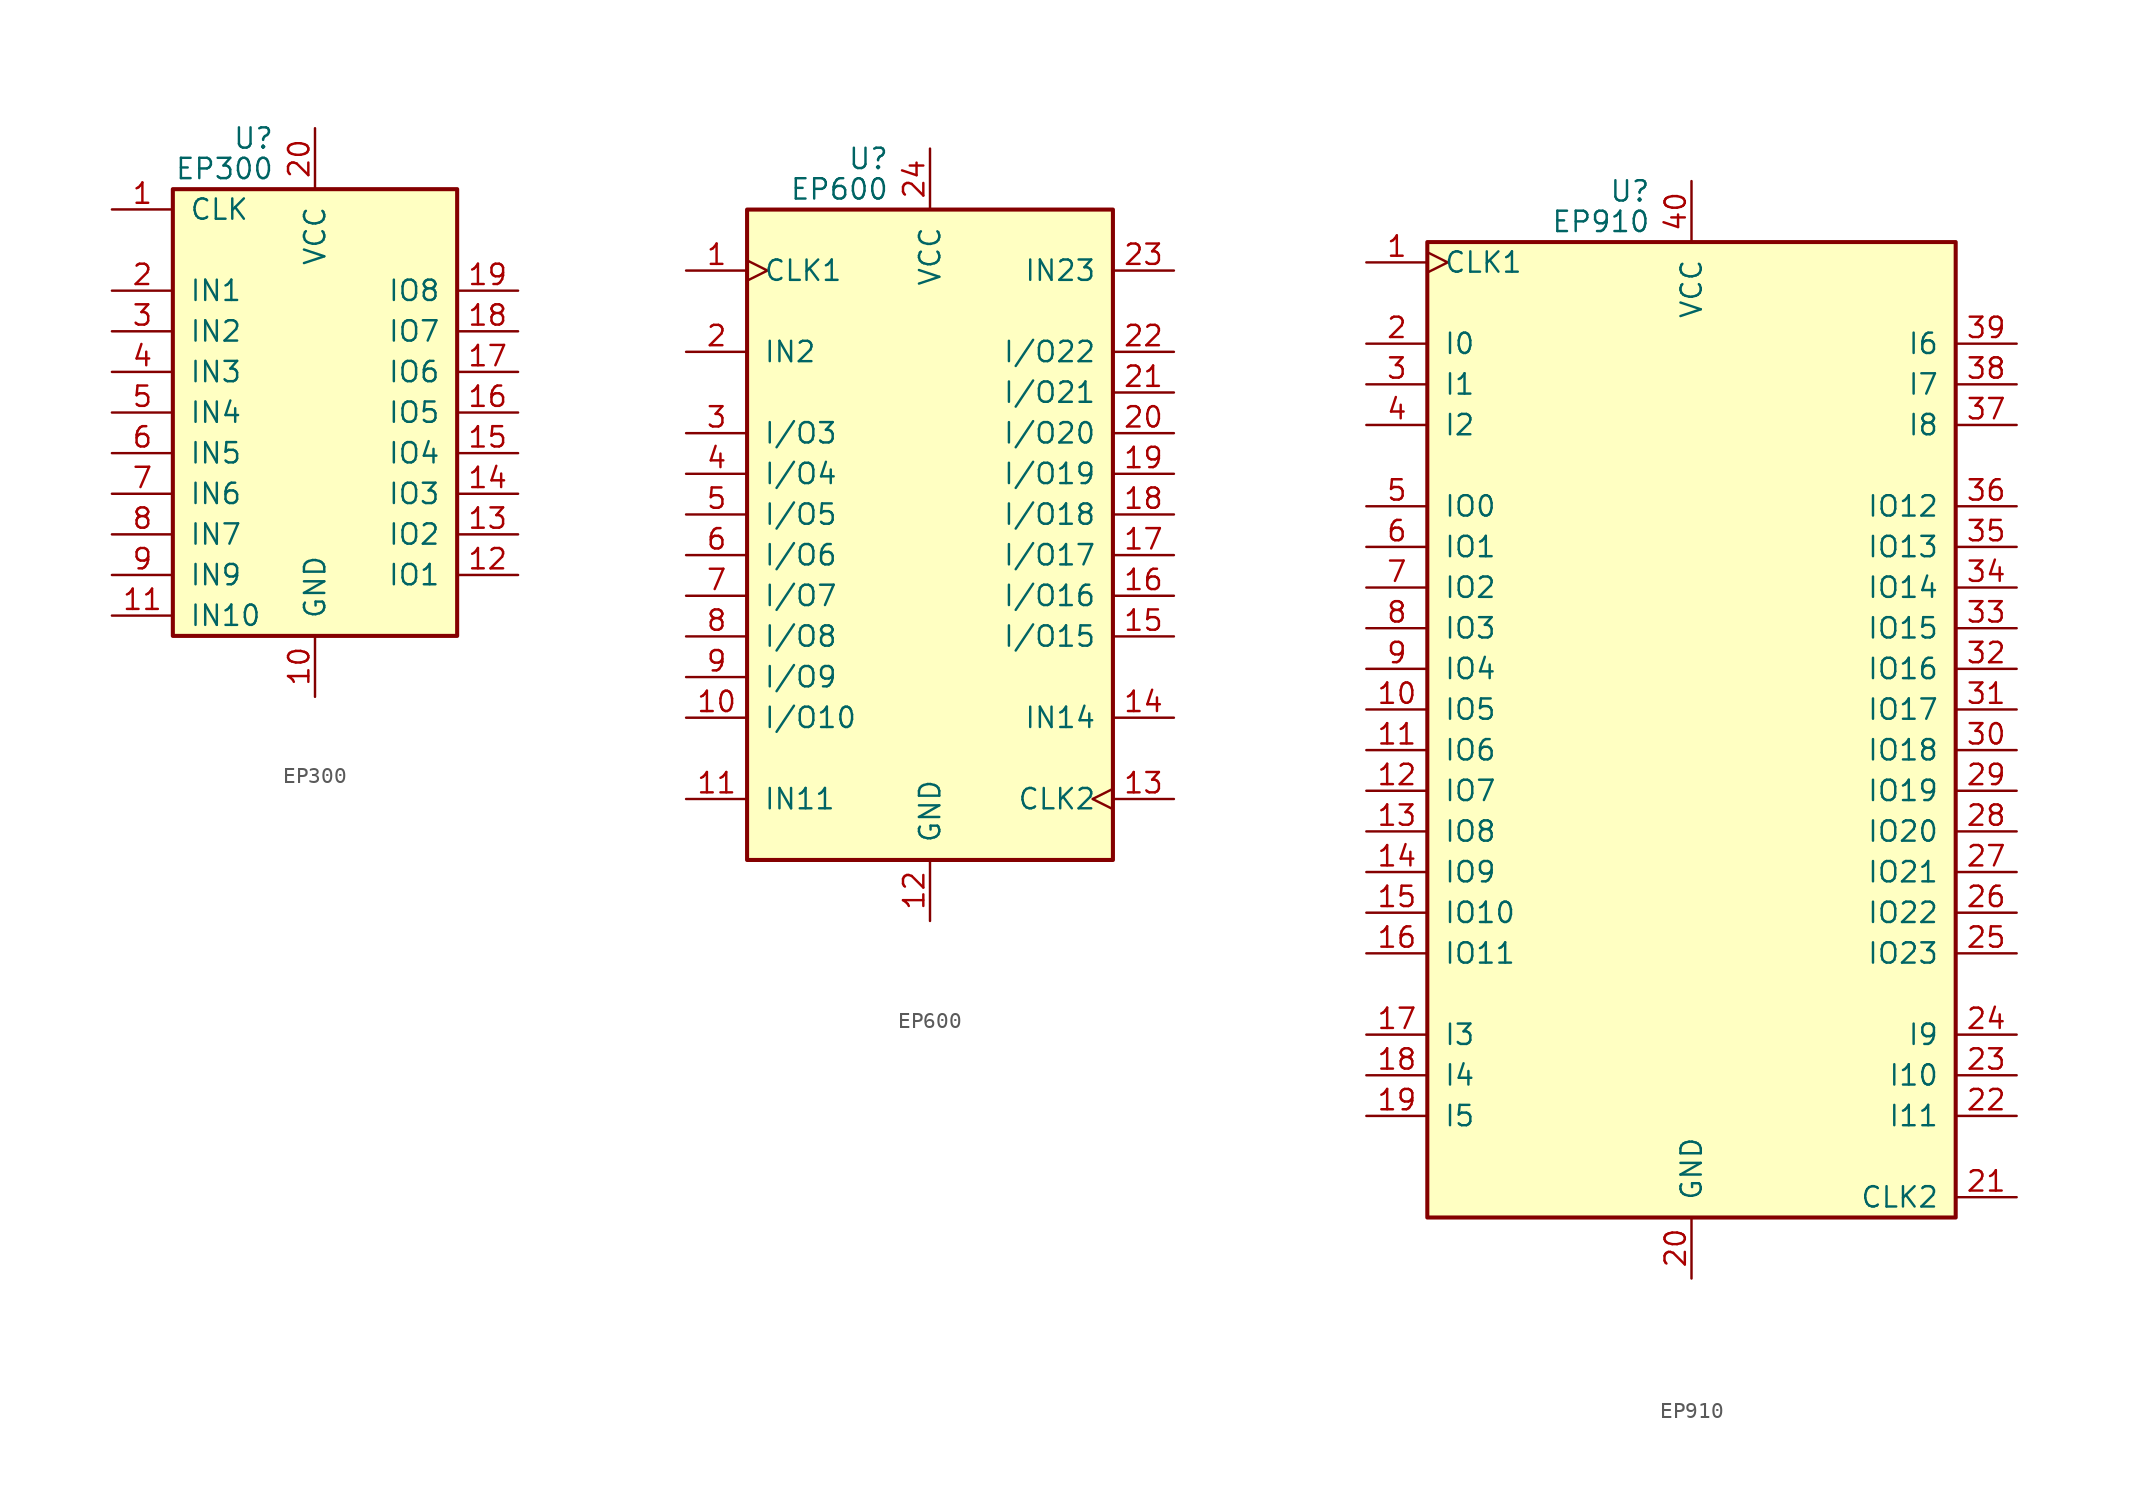
<source format=kicad_sym>
(kicad_symbol_lib
  (version 20231120)
  (generator "kicad_symbol_editor")
  (generator_version "8.0")
  (symbol "EP300"
    (pin_names
      (offset 1.016))
    (property "Reference" "U"
      (at -2.54 17.145 0)
      (effects (font (size 1.27 1.27)) (justify right)))
    (property "Value" "EP300"
      (at -2.54 15.24 0)
      (effects (font (size 1.27 1.27)) (justify right)))
    (symbol "EP300_0_1"
      (rectangle (start -8.89 -13.97) (end 8.89 13.97) (stroke (width 0.254) (type default)) (fill (type background))))
    (symbol "EP300_1_1"
      (pin input line (at -12.7 12.7 0) (length 3.81) (name "CLK" (effects (font (size 1.27 1.27)))) (number "1" (effects (font (size 1.27 1.27)))))
      (pin power_in line (at 0 -17.78 90) (length 3.81) (name "GND" (effects (font (size 1.27 1.27)))) (number "10" (effects (font (size 1.27 1.27)))))
      (pin input line (at -12.7 -12.7 0) (length 3.81) (name "IN10" (effects (font (size 1.27 1.27)))) (number "11" (effects (font (size 1.27 1.27)))))
      (pin input line (at 12.7 -10.16 180) (length 3.81) (name "IO1" (effects (font (size 1.27 1.27)))) (number "12" (effects (font (size 1.27 1.27)))))
      (pin input line (at 12.7 -7.62 180) (length 3.81) (name "IO2" (effects (font (size 1.27 1.27)))) (number "13" (effects (font (size 1.27 1.27)))))
      (pin input line (at 12.7 -5.08 180) (length 3.81) (name "IO3" (effects (font (size 1.27 1.27)))) (number "14" (effects (font (size 1.27 1.27)))))
      (pin input line (at 12.7 -2.54 180) (length 3.81) (name "IO4" (effects (font (size 1.27 1.27)))) (number "15" (effects (font (size 1.27 1.27)))))
      (pin input line (at 12.7 0 180) (length 3.81) (name "IO5" (effects (font (size 1.27 1.27)))) (number "16" (effects (font (size 1.27 1.27)))))
      (pin input line (at 12.7 2.54 180) (length 3.81) (name "IO6" (effects (font (size 1.27 1.27)))) (number "17" (effects (font (size 1.27 1.27)))))
      (pin input line (at 12.7 5.08 180) (length 3.81) (name "IO7" (effects (font (size 1.27 1.27)))) (number "18" (effects (font (size 1.27 1.27)))))
      (pin input line (at 12.7 7.62 180) (length 3.81) (name "IO8" (effects (font (size 1.27 1.27)))) (number "19" (effects (font (size 1.27 1.27)))))
      (pin input line (at -12.7 7.62 0) (length 3.81) (name "IN1" (effects (font (size 1.27 1.27)))) (number "2" (effects (font (size 1.27 1.27)))))
      (pin power_in line (at 0 17.78 270) (length 3.81) (name "VCC" (effects (font (size 1.27 1.27)))) (number "20" (effects (font (size 1.27 1.27)))))
      (pin input line (at -12.7 5.08 0) (length 3.81) (name "IN2" (effects (font (size 1.27 1.27)))) (number "3" (effects (font (size 1.27 1.27)))))
      (pin input line (at -12.7 2.54 0) (length 3.81) (name "IN3" (effects (font (size 1.27 1.27)))) (number "4" (effects (font (size 1.27 1.27)))))
      (pin input line (at -12.7 0 0) (length 3.81) (name "IN4" (effects (font (size 1.27 1.27)))) (number "5" (effects (font (size 1.27 1.27)))))
      (pin input line (at -12.7 -2.54 0) (length 3.81) (name "IN5" (effects (font (size 1.27 1.27)))) (number "6" (effects (font (size 1.27 1.27)))))
      (pin input line (at -12.7 -5.08 0) (length 3.81) (name "IN6" (effects (font (size 1.27 1.27)))) (number "7" (effects (font (size 1.27 1.27)))))
      (pin input line (at -12.7 -7.62 0) (length 3.81) (name "IN7" (effects (font (size 1.27 1.27)))) (number "8" (effects (font (size 1.27 1.27)))))
      (pin input line (at -12.7 -10.16 0) (length 3.81) (name "IN9" (effects (font (size 1.27 1.27)))) (number "9" (effects (font (size 1.27 1.27)))))))
  (symbol "EP600"
    (pin_names
      (offset 1.016))
    (property "Reference" "U"
      (at -2.54 24.765 0)
      (effects (font (size 1.27 1.27)) (justify right)))
    (property "Value" "EP600"
      (at -2.54 22.86 0)
      (effects (font (size 1.27 1.27)) (justify right)))
    (symbol "EP600_0_1"
      (rectangle (start -11.43 -19.05) (end 11.43 21.59) (stroke (width 0.254) (type default)) (fill (type background))))
    (symbol "EP600_1_1"
      (pin input clock (at -15.24 17.78 0) (length 3.81) (name "CLK1" (effects (font (size 1.27 1.27)))) (number "1" (effects (font (size 1.27 1.27)))))
      (pin passive line (at -15.24 -10.16 0) (length 3.81) (name "I/O10" (effects (font (size 1.27 1.27)))) (number "10" (effects (font (size 1.27 1.27)))))
      (pin input line (at -15.24 -15.24 0) (length 3.81) (name "IN11" (effects (font (size 1.27 1.27)))) (number "11" (effects (font (size 1.27 1.27)))))
      (pin power_in line (at 0 -22.86 90) (length 3.81) (name "GND" (effects (font (size 1.27 1.27)))) (number "12" (effects (font (size 1.27 1.27)))))
      (pin input clock (at 15.24 -15.24 180) (length 3.81) (name "CLK2" (effects (font (size 1.27 1.27)))) (number "13" (effects (font (size 1.27 1.27)))))
      (pin input line (at 15.24 -10.16 180) (length 3.81) (name "IN14" (effects (font (size 1.27 1.27)))) (number "14" (effects (font (size 1.27 1.27)))))
      (pin passive line (at 15.24 -5.08 180) (length 3.81) (name "I/O15" (effects (font (size 1.27 1.27)))) (number "15" (effects (font (size 1.27 1.27)))))
      (pin passive line (at 15.24 -2.54 180) (length 3.81) (name "I/O16" (effects (font (size 1.27 1.27)))) (number "16" (effects (font (size 1.27 1.27)))))
      (pin passive line (at 15.24 0 180) (length 3.81) (name "I/O17" (effects (font (size 1.27 1.27)))) (number "17" (effects (font (size 1.27 1.27)))))
      (pin passive line (at 15.24 2.54 180) (length 3.81) (name "I/O18" (effects (font (size 1.27 1.27)))) (number "18" (effects (font (size 1.27 1.27)))))
      (pin passive line (at 15.24 5.08 180) (length 3.81) (name "I/O19" (effects (font (size 1.27 1.27)))) (number "19" (effects (font (size 1.27 1.27)))))
      (pin input line (at -15.24 12.7 0) (length 3.81) (name "IN2" (effects (font (size 1.27 1.27)))) (number "2" (effects (font (size 1.27 1.27)))))
      (pin passive line (at 15.24 7.62 180) (length 3.81) (name "I/O20" (effects (font (size 1.27 1.27)))) (number "20" (effects (font (size 1.27 1.27)))))
      (pin passive line (at 15.24 10.16 180) (length 3.81) (name "I/O21" (effects (font (size 1.27 1.27)))) (number "21" (effects (font (size 1.27 1.27)))))
      (pin passive line (at 15.24 12.7 180) (length 3.81) (name "I/O22" (effects (font (size 1.27 1.27)))) (number "22" (effects (font (size 1.27 1.27)))))
      (pin input line (at 15.24 17.78 180) (length 3.81) (name "IN23" (effects (font (size 1.27 1.27)))) (number "23" (effects (font (size 1.27 1.27)))))
      (pin power_in line (at 0 25.4 270) (length 3.81) (name "VCC" (effects (font (size 1.27 1.27)))) (number "24" (effects (font (size 1.27 1.27)))))
      (pin passive line (at -15.24 7.62 0) (length 3.81) (name "I/O3" (effects (font (size 1.27 1.27)))) (number "3" (effects (font (size 1.27 1.27)))))
      (pin passive line (at -15.24 5.08 0) (length 3.81) (name "I/O4" (effects (font (size 1.27 1.27)))) (number "4" (effects (font (size 1.27 1.27)))))
      (pin passive line (at -15.24 2.54 0) (length 3.81) (name "I/O5" (effects (font (size 1.27 1.27)))) (number "5" (effects (font (size 1.27 1.27)))))
      (pin passive line (at -15.24 0 0) (length 3.81) (name "I/O6" (effects (font (size 1.27 1.27)))) (number "6" (effects (font (size 1.27 1.27)))))
      (pin passive line (at -15.24 -2.54 0) (length 3.81) (name "I/O7" (effects (font (size 1.27 1.27)))) (number "7" (effects (font (size 1.27 1.27)))))
      (pin passive line (at -15.24 -5.08 0) (length 3.81) (name "I/O8" (effects (font (size 1.27 1.27)))) (number "8" (effects (font (size 1.27 1.27)))))
      (pin passive line (at -15.24 -7.62 0) (length 3.81) (name "I/O9" (effects (font (size 1.27 1.27)))) (number "9" (effects (font (size 1.27 1.27)))))))
  (symbol "EP910"
    (pin_names
      (offset 1.016))
    (property "Reference" "U"
      (at -2.54 32.385 0)
      (effects (font (size 1.27 1.27)) (justify right)))
    (property "Value" "EP910"
      (at -2.54 30.48 0)
      (effects (font (size 1.27 1.27)) (justify right)))
    (symbol "EP910_0_1"
      (rectangle (start -16.51 -31.75) (end 16.51 29.21) (stroke (width 0.254) (type default)) (fill (type background))))
    (symbol "EP910_1_1"
      (pin input clock (at -20.32 27.94 0) (length 3.81) (name "CLK1" (effects (font (size 1.27 1.27)))) (number "1" (effects (font (size 1.27 1.27)))))
      (pin input line (at -20.32 0 0) (length 3.81) (name "IO5" (effects (font (size 1.27 1.27)))) (number "10" (effects (font (size 1.27 1.27)))))
      (pin input line (at -20.32 -2.54 0) (length 3.81) (name "IO6" (effects (font (size 1.27 1.27)))) (number "11" (effects (font (size 1.27 1.27)))))
      (pin input line (at -20.32 -5.08 0) (length 3.81) (name "IO7" (effects (font (size 1.27 1.27)))) (number "12" (effects (font (size 1.27 1.27)))))
      (pin input line (at -20.32 -7.62 0) (length 3.81) (name "IO8" (effects (font (size 1.27 1.27)))) (number "13" (effects (font (size 1.27 1.27)))))
      (pin input line (at -20.32 -10.16 0) (length 3.81) (name "IO9" (effects (font (size 1.27 1.27)))) (number "14" (effects (font (size 1.27 1.27)))))
      (pin input line (at -20.32 -12.7 0) (length 3.81) (name "IO10" (effects (font (size 1.27 1.27)))) (number "15" (effects (font (size 1.27 1.27)))))
      (pin input line (at -20.32 -15.24 0) (length 3.81) (name "IO11" (effects (font (size 1.27 1.27)))) (number "16" (effects (font (size 1.27 1.27)))))
      (pin input line (at -20.32 -20.32 0) (length 3.81) (name "I3" (effects (font (size 1.27 1.27)))) (number "17" (effects (font (size 1.27 1.27)))))
      (pin input line (at -20.32 -22.86 0) (length 3.81) (name "I4" (effects (font (size 1.27 1.27)))) (number "18" (effects (font (size 1.27 1.27)))))
      (pin input line (at -20.32 -25.4 0) (length 3.81) (name "I5" (effects (font (size 1.27 1.27)))) (number "19" (effects (font (size 1.27 1.27)))))
      (pin input line (at -20.32 22.86 0) (length 3.81) (name "I0" (effects (font (size 1.27 1.27)))) (number "2" (effects (font (size 1.27 1.27)))))
      (pin power_in line (at 0 -35.56 90) (length 3.81) (name "GND" (effects (font (size 1.27 1.27)))) (number "20" (effects (font (size 1.27 1.27)))))
      (pin input line (at 20.32 -30.48 180) (length 3.81) (name "CLK2" (effects (font (size 1.27 1.27)))) (number "21" (effects (font (size 1.27 1.27)))))
      (pin input line (at 20.32 -25.4 180) (length 3.81) (name "I11" (effects (font (size 1.27 1.27)))) (number "22" (effects (font (size 1.27 1.27)))))
      (pin input line (at 20.32 -22.86 180) (length 3.81) (name "I10" (effects (font (size 1.27 1.27)))) (number "23" (effects (font (size 1.27 1.27)))))
      (pin input line (at 20.32 -20.32 180) (length 3.81) (name "I9" (effects (font (size 1.27 1.27)))) (number "24" (effects (font (size 1.27 1.27)))))
      (pin input line (at 20.32 -15.24 180) (length 3.81) (name "IO23" (effects (font (size 1.27 1.27)))) (number "25" (effects (font (size 1.27 1.27)))))
      (pin input line (at 20.32 -12.7 180) (length 3.81) (name "IO22" (effects (font (size 1.27 1.27)))) (number "26" (effects (font (size 1.27 1.27)))))
      (pin input line (at 20.32 -10.16 180) (length 3.81) (name "IO21" (effects (font (size 1.27 1.27)))) (number "27" (effects (font (size 1.27 1.27)))))
      (pin input line (at 20.32 -7.62 180) (length 3.81) (name "IO20" (effects (font (size 1.27 1.27)))) (number "28" (effects (font (size 1.27 1.27)))))
      (pin input line (at 20.32 -5.08 180) (length 3.81) (name "IO19" (effects (font (size 1.27 1.27)))) (number "29" (effects (font (size 1.27 1.27)))))
      (pin input line (at -20.32 20.32 0) (length 3.81) (name "I1" (effects (font (size 1.27 1.27)))) (number "3" (effects (font (size 1.27 1.27)))))
      (pin input line (at 20.32 -2.54 180) (length 3.81) (name "IO18" (effects (font (size 1.27 1.27)))) (number "30" (effects (font (size 1.27 1.27)))))
      (pin input line (at 20.32 0 180) (length 3.81) (name "IO17" (effects (font (size 1.27 1.27)))) (number "31" (effects (font (size 1.27 1.27)))))
      (pin input line (at 20.32 2.54 180) (length 3.81) (name "IO16" (effects (font (size 1.27 1.27)))) (number "32" (effects (font (size 1.27 1.27)))))
      (pin input line (at 20.32 5.08 180) (length 3.81) (name "IO15" (effects (font (size 1.27 1.27)))) (number "33" (effects (font (size 1.27 1.27)))))
      (pin input line (at 20.32 7.62 180) (length 3.81) (name "IO14" (effects (font (size 1.27 1.27)))) (number "34" (effects (font (size 1.27 1.27)))))
      (pin input line (at 20.32 10.16 180) (length 3.81) (name "IO13" (effects (font (size 1.27 1.27)))) (number "35" (effects (font (size 1.27 1.27)))))
      (pin input line (at 20.32 12.7 180) (length 3.81) (name "IO12" (effects (font (size 1.27 1.27)))) (number "36" (effects (font (size 1.27 1.27)))))
      (pin input line (at 20.32 17.78 180) (length 3.81) (name "I8" (effects (font (size 1.27 1.27)))) (number "37" (effects (font (size 1.27 1.27)))))
      (pin input line (at 20.32 20.32 180) (length 3.81) (name "I7" (effects (font (size 1.27 1.27)))) (number "38" (effects (font (size 1.27 1.27)))))
      (pin input line (at 20.32 22.86 180) (length 3.81) (name "I6" (effects (font (size 1.27 1.27)))) (number "39" (effects (font (size 1.27 1.27)))))
      (pin input line (at -20.32 17.78 0) (length 3.81) (name "I2" (effects (font (size 1.27 1.27)))) (number "4" (effects (font (size 1.27 1.27)))))
      (pin power_in line (at 0 33.02 270) (length 3.81) (name "VCC" (effects (font (size 1.27 1.27)))) (number "40" (effects (font (size 1.27 1.27)))))
      (pin input line (at -20.32 12.7 0) (length 3.81) (name "IO0" (effects (font (size 1.27 1.27)))) (number "5" (effects (font (size 1.27 1.27)))))
      (pin input line (at -20.32 10.16 0) (length 3.81) (name "IO1" (effects (font (size 1.27 1.27)))) (number "6" (effects (font (size 1.27 1.27)))))
      (pin input line (at -20.32 7.62 0) (length 3.81) (name "IO2" (effects (font (size 1.27 1.27)))) (number "7" (effects (font (size 1.27 1.27)))))
      (pin input line (at -20.32 5.08 0) (length 3.81) (name "IO3" (effects (font (size 1.27 1.27)))) (number "8" (effects (font (size 1.27 1.27)))))
      (pin input line (at -20.32 2.54 0) (length 3.81) (name "IO4" (effects (font (size 1.27 1.27)))) (number "9" (effects (font (size 1.27 1.27))))))))
</source>
